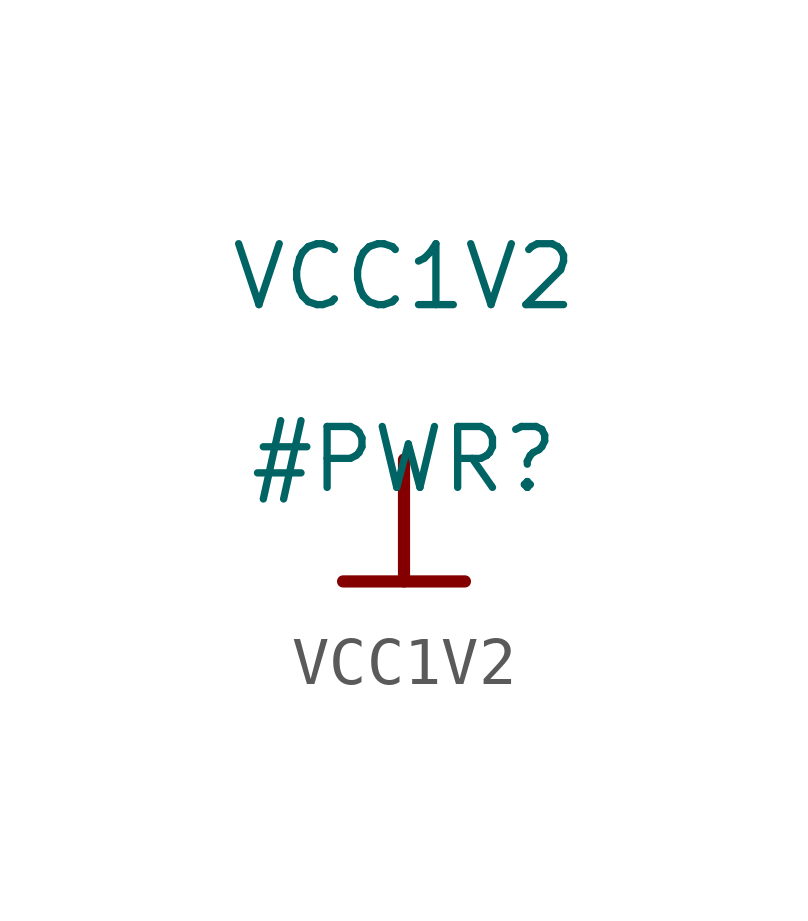
<source format=kicad_sym>
(kicad_symbol_lib
  (version 20211014)
  (generator kicad_symbol_editor)
  (symbol "VCC1V2"
    (power)
    (property "Reference" "#PWR"
      (at 0 0 0)
      (effects (font (size 1.27 1.27))))
    (property "Value" "VCC1V2"
      (at 0 3.81 0)
      (effects (font (size 1.27 1.27))))
    (symbol "VCC1V2_0_0"
      (polyline (pts (xy -1.27 -2.54) (xy 1.27 -2.54)) (stroke (width 0.254) (type default) (color 0 0 0 0)) (fill (type none)))
      (polyline (pts (xy 0 0) (xy 0 -2.54)) (stroke (width 0.254) (type default) (color 0 0 0 0)) (fill (type none)))
      (pin power_in line (at 0 0 0) (length 0) hide (name "VCC1V2" (effects (font (size 1.27 1.27)))) (number "" (effects (font (size 1.27 1.27))))))))
</source>
